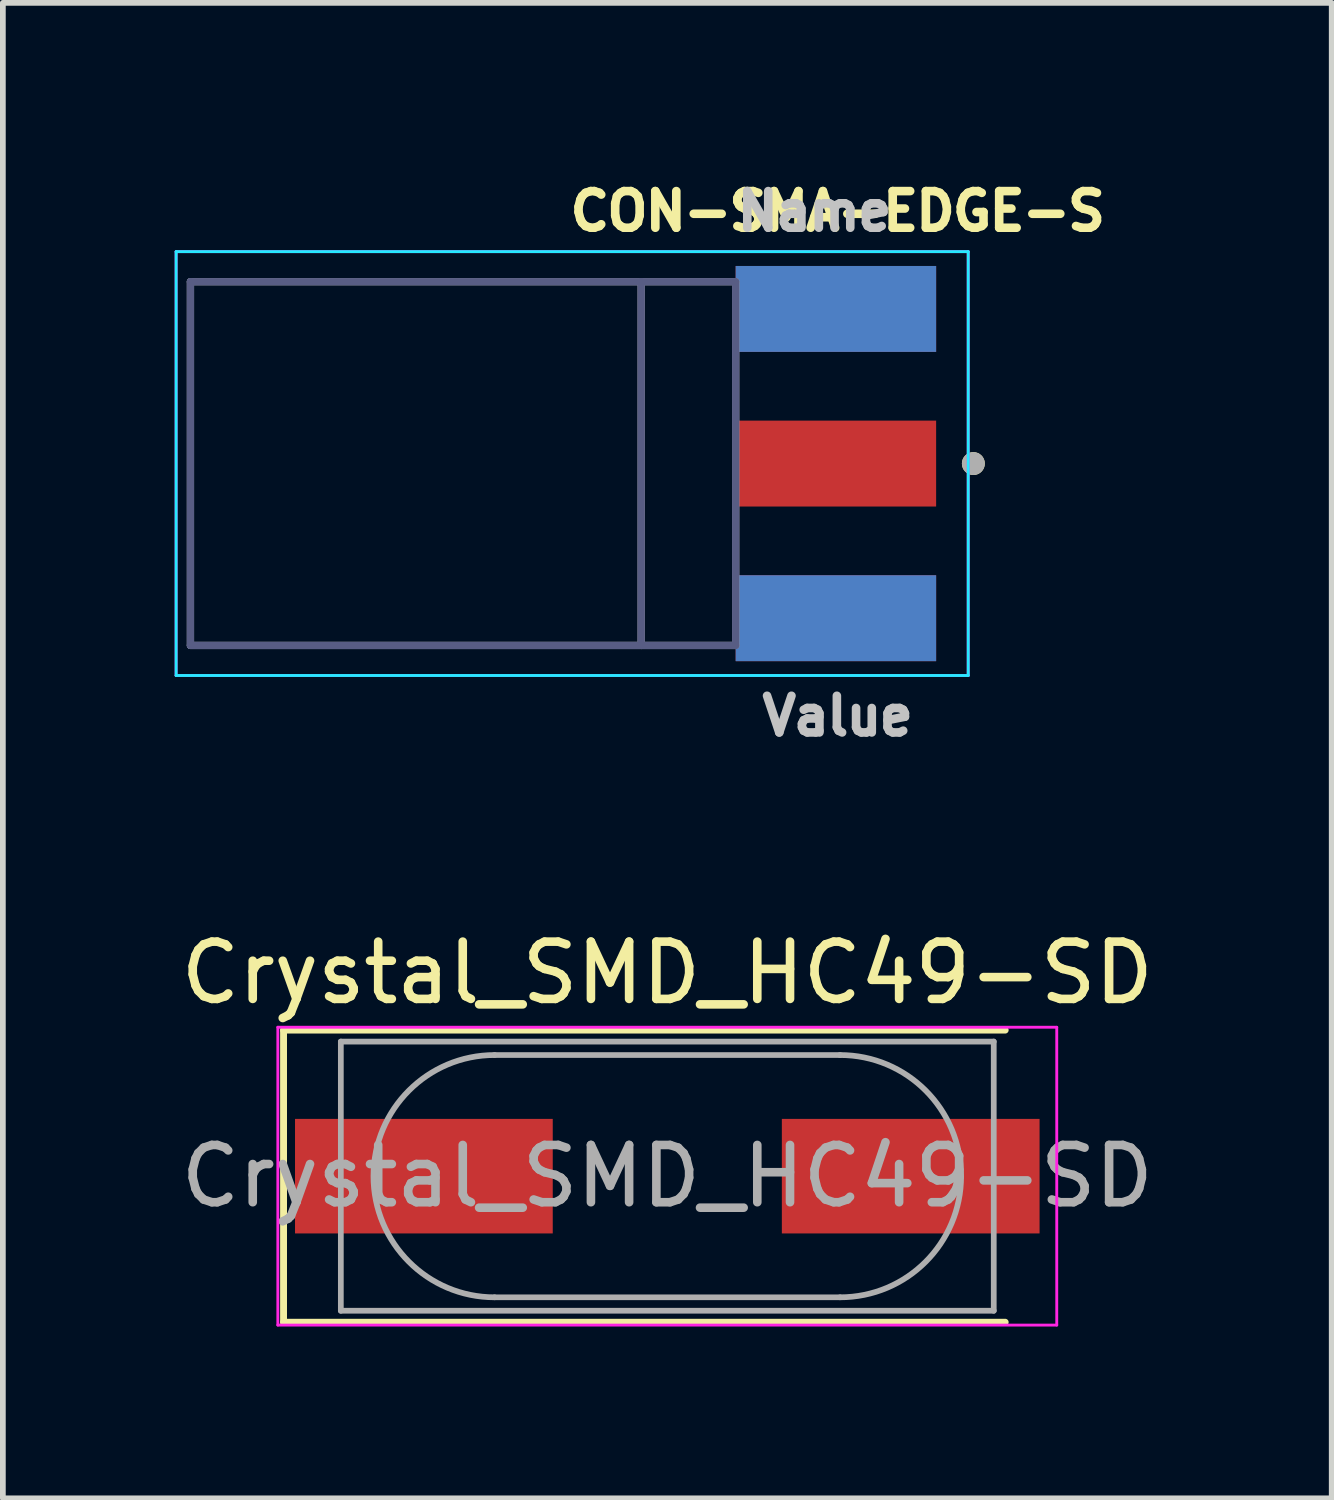
<source format=kicad_pcb>
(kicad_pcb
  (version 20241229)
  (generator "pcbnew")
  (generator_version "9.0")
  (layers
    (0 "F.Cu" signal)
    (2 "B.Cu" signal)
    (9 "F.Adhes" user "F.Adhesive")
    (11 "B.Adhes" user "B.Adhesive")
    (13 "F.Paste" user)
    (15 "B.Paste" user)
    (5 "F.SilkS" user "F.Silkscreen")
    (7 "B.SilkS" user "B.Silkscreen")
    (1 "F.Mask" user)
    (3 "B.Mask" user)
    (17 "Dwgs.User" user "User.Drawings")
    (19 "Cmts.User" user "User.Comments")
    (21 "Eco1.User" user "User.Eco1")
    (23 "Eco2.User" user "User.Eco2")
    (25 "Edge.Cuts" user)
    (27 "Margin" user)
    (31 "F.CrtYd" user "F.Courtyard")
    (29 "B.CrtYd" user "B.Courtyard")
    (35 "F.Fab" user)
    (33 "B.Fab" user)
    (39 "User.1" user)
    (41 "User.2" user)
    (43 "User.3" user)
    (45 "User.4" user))
  (footprint "Crystal_SMD_HC49-SD"
    (layer "F.Cu")
    (at 8.601 17.486)
    (property "Reference" "Crystal_SMD_HC49-SD" (at 0 -3.55 0) (layer "F.SilkS") (effects (font (size 1 1) (thickness 0.15))))
    (attr smd)
    (fp_line (start -6.7 -2.55) (end -6.7 2.55) (stroke (width 0.12) (type solid)) (layer "F.SilkS"))
    (fp_line (start -6.7 2.55) (end 5.9 2.55) (stroke (width 0.12) (type solid)) (layer "F.SilkS"))
    (fp_line (start 5.9 -2.55) (end -6.7 -2.55) (stroke (width 0.12) (type solid)) (layer "F.SilkS"))
    (fp_line (start -6.8 -2.6) (end -6.8 2.6) (stroke (width 0.05) (type solid)) (layer "F.CrtYd"))
    (fp_line (start -6.8 2.6) (end 6.8 2.6) (stroke (width 0.05) (type solid)) (layer "F.CrtYd"))
    (fp_line (start 6.8 -2.6) (end -6.8 -2.6) (stroke (width 0.05) (type solid)) (layer "F.CrtYd"))
    (fp_line (start 6.8 2.6) (end 6.8 -2.6) (stroke (width 0.05) (type solid)) (layer "F.CrtYd"))
    (fp_line (start -5.7 -2.35) (end -5.7 2.35) (stroke (width 0.1) (type solid)) (layer "F.Fab"))
    (fp_line (start -5.7 2.35) (end 5.7 2.35) (stroke (width 0.1) (type solid)) (layer "F.Fab"))
    (fp_line (start -3.015 -2.115) (end 3.015 -2.115) (stroke (width 0.1) (type solid)) (layer "F.Fab"))
    (fp_line (start -3.015 2.115) (end 3.015 2.115) (stroke (width 0.1) (type solid)) (layer "F.Fab"))
    (fp_line (start 5.7 -2.35) (end -5.7 -2.35) (stroke (width 0.1) (type solid)) (layer "F.Fab"))
    (fp_line (start 5.7 2.35) (end 5.7 -2.35) (stroke (width 0.1) (type solid)) (layer "F.Fab"))
    (fp_arc (start -3.015 2.115) (mid -5.13 0) (end -3.015 -2.115) (stroke (width 0.1) (type solid)) (layer "F.Fab"))
    (fp_arc (start 3.015 -2.115) (mid 5.13 0) (end 3.015 2.115) (stroke (width 0.1) (type solid)) (layer "F.Fab"))
    (fp_text user "${REFERENCE}" (at 0 0 0) (layer "F.Fab") (effects (font (size 1 1) (thickness 0.15))))
    (pad "1" smd rect (at -4.25 0) (size 4.5 2) (layers "F.Cu" "F.Mask" "F.Paste"))
    (pad "2" smd rect (at 4.25 0) (size 4.5 2) (layers "F.Cu" "F.Mask" "F.Paste"))
    (zone (net_name "") (layer "F.Cu") (name "xtal-keepoff") (hatch full 0.508) (connect_pads) (min_thickness 0.254) (filled_areas_thickness no) (keepout (tracks allowed) (vias allowed) (pads allowed) (copperpour not_allowed) (footprints not_allowed)) (placement (enabled no)) (fill) (polygon (pts (xy 14.321 15.146) (xy 14.321 16.466) (xy 10.591 16.496) (xy 10.601 18.506) (xy 14.341 18.506) (xy 14.311 19.826) (xy 2.881 19.856) (xy 2.881 18.516) (xy 6.631 18.516) (xy 6.641 16.486) (xy 2.861 16.466) (xy 2.881 15.126)))))
  (footprint "CON-SMA-EDGE-S"
    (layer "F.Cu")
    (at 11.545 5.044)
    (property "Reference" "CON-SMA-EDGE-S" (at 0.032 -4.406 0) (layer "F.SilkS") (effects (font (size 0.64 0.64) (thickness 0.15))))
    (attr smd)
    (fp_circle (center 2.4 0) (end 2.5 0) (stroke (width 0.2) (type solid)) (fill no) (layer "F.SilkS"))
    (fp_line (start -11.52 -3.7) (end -11.52 3.7) (stroke (width 0.05) (type solid)) (layer "B.CrtYd"))
    (fp_line (start -11.52 3.7) (end 2.31 3.7) (stroke (width 0.05) (type solid)) (layer "B.CrtYd"))
    (fp_line (start 2.31 -3.7) (end -11.52 -3.7) (stroke (width 0.05) (type solid)) (layer "B.CrtYd"))
    (fp_line (start 2.31 3.7) (end 2.31 -3.7) (stroke (width 0.05) (type solid)) (layer "B.CrtYd"))
    (fp_line (start -11.52 -3.7) (end 2.31 -3.7) (stroke (width 0.05) (type solid)) (layer "F.CrtYd"))
    (fp_line (start -11.52 3.7) (end -11.52 -3.7) (stroke (width 0.05) (type solid)) (layer "F.CrtYd"))
    (fp_line (start 2.31 -3.7) (end 2.31 3.7) (stroke (width 0.05) (type solid)) (layer "F.CrtYd"))
    (fp_line (start 2.31 3.7) (end -11.52 3.7) (stroke (width 0.05) (type solid)) (layer "F.CrtYd"))
    (fp_line (start -11.27 -3.175) (end -3.4 -3.175) (stroke (width 0.127) (type solid)) (layer "B.Fab"))
    (fp_line (start -11.27 3.175) (end -11.27 -3.175) (stroke (width 0.127) (type solid)) (layer "B.Fab"))
    (fp_line (start -3.4 -3.175) (end -3.4 3.175) (stroke (width 0.127) (type solid)) (layer "B.Fab"))
    (fp_line (start -3.4 3.175) (end -11.27 3.175) (stroke (width 0.127) (type solid)) (layer "B.Fab"))
    (fp_line (start -3.4 3.175) (end -1.75 3.175) (stroke (width 0.127) (type solid)) (layer "B.Fab"))
    (fp_line (start -1.75 -3.175) (end -3.4 -3.175) (stroke (width 0.127) (type solid)) (layer "B.Fab"))
    (fp_line (start -1.75 3.175) (end -1.75 -3.175) (stroke (width 0.127) (type solid)) (layer "B.Fab"))
    (fp_line (start -11.27 -3.175) (end -11.27 3.175) (stroke (width 0.127) (type solid)) (layer "F.Fab"))
    (fp_line (start -11.27 3.175) (end -3.4 3.175) (stroke (width 0.127) (type solid)) (layer "F.Fab"))
    (fp_line (start -3.4 -3.175) (end -11.27 -3.175) (stroke (width 0.127) (type solid)) (layer "F.Fab"))
    (fp_line (start -3.4 -3.175) (end -1.75 -3.175) (stroke (width 0.127) (type solid)) (layer "F.Fab"))
    (fp_line (start -3.4 3.175) (end -3.4 -3.175) (stroke (width 0.127) (type solid)) (layer "F.Fab"))
    (fp_line (start -1.75 -3.175) (end -1.75 3.175) (stroke (width 0.127) (type solid)) (layer "F.Fab"))
    (fp_line (start -1.75 3.175) (end -3.4 3.175) (stroke (width 0.127) (type solid)) (layer "F.Fab"))
    (fp_circle (center 2.4 0) (end 2.5 0) (stroke (width 0.2) (type solid)) (fill no) (layer "F.Fab"))
    (fp_text user "Name" (at -0.374 -4.406 0) (layer "Dwgs.User") (effects (font (size 0.64 0.64) (thickness 0.15))))
    (fp_text user "Value" (at 0.032 4.406 0) (layer "Dwgs.User") (effects (font (size 0.64 0.64) (thickness 0.15))))
    (pad "1" smd rect (at 0 0) (size 3.5 1.5) (layers "F.Cu" "F.Mask" "F.Paste"))
    (pad "2" smd rect (at 0 -2.7) (size 3.5 1.5) (layers "F.Cu" "F.Mask" "F.Paste"))
    (pad "2" smd rect (at 0 -2.7) (size 3.5 1.5) (layers "B.Cu" "B.Mask" "B.Paste"))
    (pad "2" smd rect (at 0 2.7) (size 3.5 1.5) (layers "F.Cu" "F.Mask" "F.Paste"))
    (pad "2" smd rect (at 0 2.7) (size 3.5 1.5) (layers "B.Cu" "B.Mask" "B.Paste")))
  (gr_rect
    (start -3 -3)
    (end 20.202 23.111)
    (stroke (width 0.1) (type default))
    (fill no)
    (layer "Edge.Cuts")))
</source>
